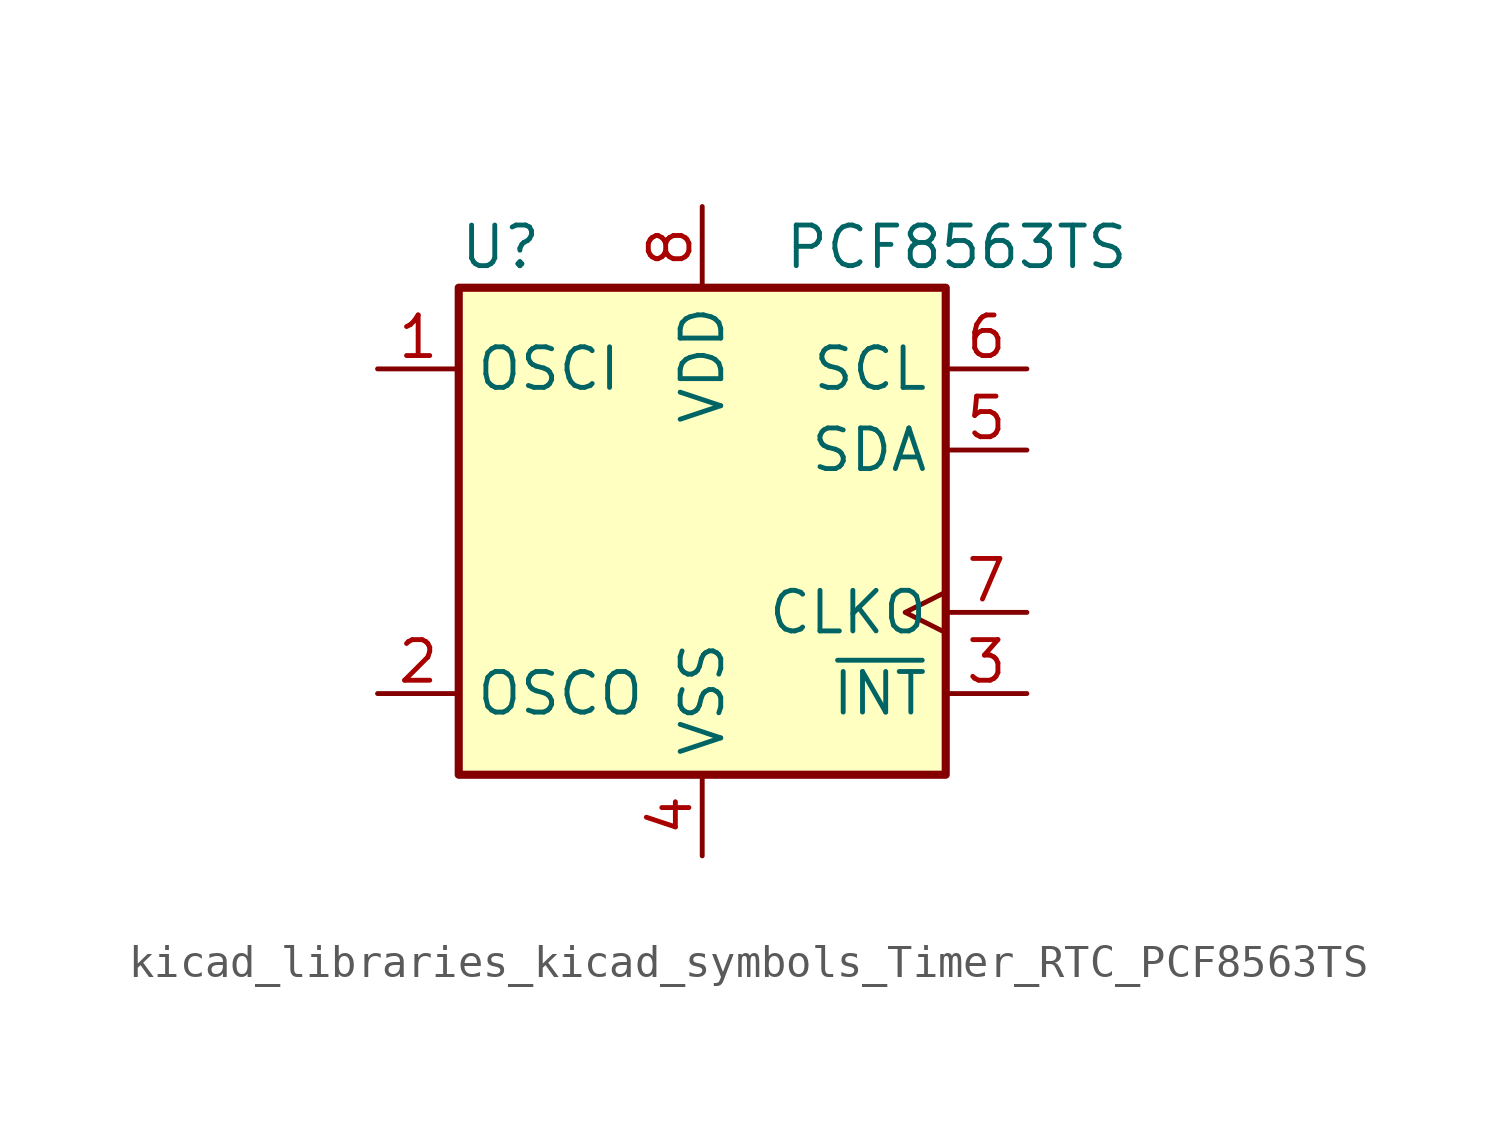
<source format=kicad_sym>
(kicad_symbol_lib
  (version 20220914)
  (generator kicad_symbol_editor)
  (symbol "kicad_libraries_kicad_symbols_Timer_RTC_PCF8563TS"
    (property "Reference" "U"
      (at -7.62 8.89 0)
      (effects (font (size 1.27 1.27)) (justify left)))
    (property "Value" "PCF8563TS"
      (at 2.54 8.89 0)
      (effects (font (size 1.27 1.27)) (justify left)))
    (symbol "kicad_libraries_kicad_symbols_Timer_RTC_PCF8563TS_0_1"
      (rectangle (start -7.62 7.62) (end 7.62 -7.62) (stroke (width 0.254) (type default)) (fill (type background))))
    (symbol "kicad_libraries_kicad_symbols_Timer_RTC_PCF8563TS_1_1"
      (pin input line (at -10.16 5.08 0) (length 2.54) (name "OSCI" (effects (font (size 1.27 1.27)))) (number "1" (effects (font (size 1.27 1.27)))))
      (pin output line (at -10.16 -5.08 0) (length 2.54) (name "OSCO" (effects (font (size 1.27 1.27)))) (number "2" (effects (font (size 1.27 1.27)))))
      (pin output line (at 10.16 -5.08 180) (length 2.54) (name "~{INT}" (effects (font (size 1.27 1.27)))) (number "3" (effects (font (size 1.27 1.27)))))
      (pin power_in line (at 0 -10.16 90) (length 2.54) (name "VSS" (effects (font (size 1.27 1.27)))) (number "4" (effects (font (size 1.27 1.27)))))
      (pin bidirectional line (at 10.16 2.54 180) (length 2.54) (name "SDA" (effects (font (size 1.27 1.27)))) (number "5" (effects (font (size 1.27 1.27)))))
      (pin input line (at 10.16 5.08 180) (length 2.54) (name "SCL" (effects (font (size 1.27 1.27)))) (number "6" (effects (font (size 1.27 1.27)))))
      (pin output clock (at 10.16 -2.54 180) (length 2.54) (name "CLKO" (effects (font (size 1.27 1.27)))) (number "7" (effects (font (size 1.27 1.27)))))
      (pin power_in line (at 0 10.16 270) (length 2.54) (name "VDD" (effects (font (size 1.27 1.27)))) (number "8" (effects (font (size 1.27 1.27))))))))
</source>
